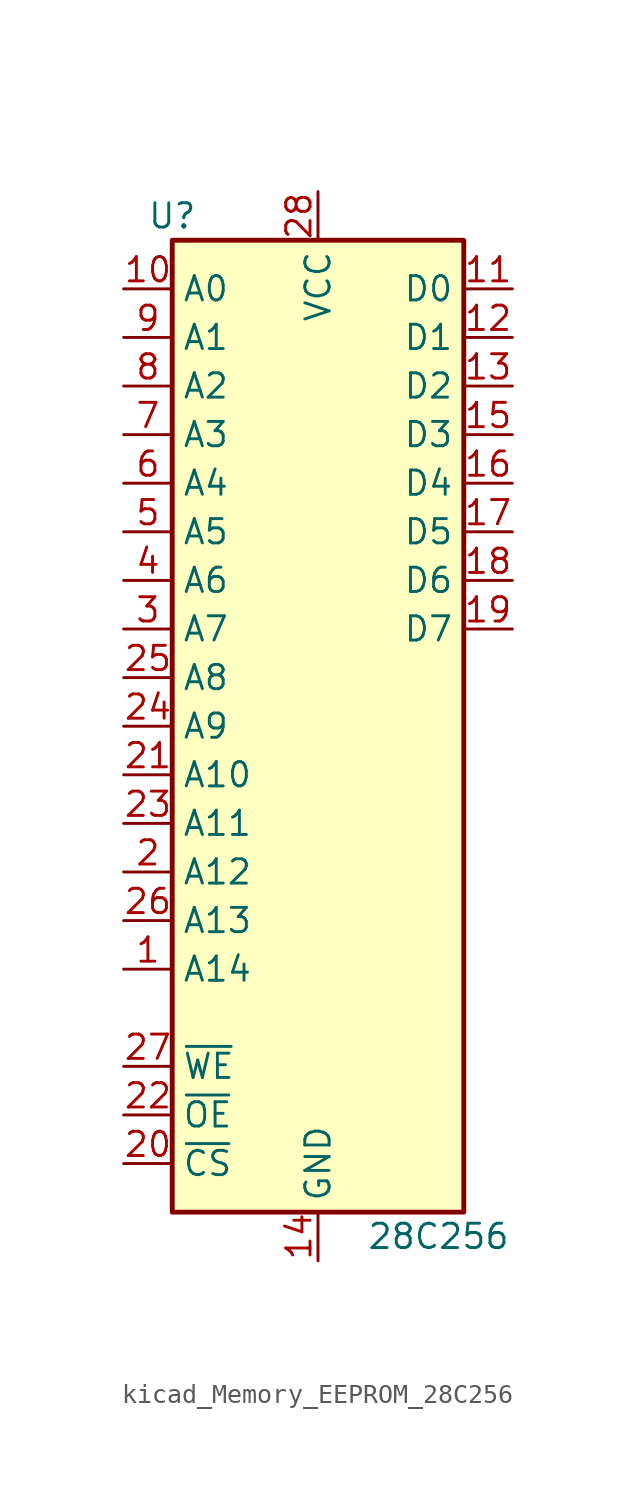
<source format=kicad_sym>
(kicad_symbol_lib
  (version 20220914)
  (generator kicad_symbol_editor)
  (symbol "kicad_Memory_EEPROM_28C256"
    (property "Reference" "U"
      (at -7.62 26.67 0)
      (effects (font (size 1.27 1.27))))
    (property "Value" "28C256"
      (at 2.54 -26.67 0)
      (effects (font (size 1.27 1.27)) (justify left)))
    (symbol "kicad_Memory_EEPROM_28C256_1_1"
      (rectangle (start -7.62 25.4) (end 7.62 -25.4) (stroke (width 0.254) (type default)) (fill (type background)))
      (pin input line (at -10.16 -12.7 0) (length 2.54) (name "A14" (effects (font (size 1.27 1.27)))) (number "1" (effects (font (size 1.27 1.27)))))
      (pin input line (at -10.16 22.86 0) (length 2.54) (name "A0" (effects (font (size 1.27 1.27)))) (number "10" (effects (font (size 1.27 1.27)))))
      (pin tri_state line (at 10.16 22.86 180) (length 2.54) (name "D0" (effects (font (size 1.27 1.27)))) (number "11" (effects (font (size 1.27 1.27)))))
      (pin tri_state line (at 10.16 20.32 180) (length 2.54) (name "D1" (effects (font (size 1.27 1.27)))) (number "12" (effects (font (size 1.27 1.27)))))
      (pin tri_state line (at 10.16 17.78 180) (length 2.54) (name "D2" (effects (font (size 1.27 1.27)))) (number "13" (effects (font (size 1.27 1.27)))))
      (pin power_in line (at 0 -27.94 90) (length 2.54) (name "GND" (effects (font (size 1.27 1.27)))) (number "14" (effects (font (size 1.27 1.27)))))
      (pin tri_state line (at 10.16 15.24 180) (length 2.54) (name "D3" (effects (font (size 1.27 1.27)))) (number "15" (effects (font (size 1.27 1.27)))))
      (pin tri_state line (at 10.16 12.7 180) (length 2.54) (name "D4" (effects (font (size 1.27 1.27)))) (number "16" (effects (font (size 1.27 1.27)))))
      (pin tri_state line (at 10.16 10.16 180) (length 2.54) (name "D5" (effects (font (size 1.27 1.27)))) (number "17" (effects (font (size 1.27 1.27)))))
      (pin tri_state line (at 10.16 7.62 180) (length 2.54) (name "D6" (effects (font (size 1.27 1.27)))) (number "18" (effects (font (size 1.27 1.27)))))
      (pin tri_state line (at 10.16 5.08 180) (length 2.54) (name "D7" (effects (font (size 1.27 1.27)))) (number "19" (effects (font (size 1.27 1.27)))))
      (pin input line (at -10.16 -7.62 0) (length 2.54) (name "A12" (effects (font (size 1.27 1.27)))) (number "2" (effects (font (size 1.27 1.27)))))
      (pin input line (at -10.16 -22.86 0) (length 2.54) (name "~{CS}" (effects (font (size 1.27 1.27)))) (number "20" (effects (font (size 1.27 1.27)))))
      (pin input line (at -10.16 -2.54 0) (length 2.54) (name "A10" (effects (font (size 1.27 1.27)))) (number "21" (effects (font (size 1.27 1.27)))))
      (pin input line (at -10.16 -20.32 0) (length 2.54) (name "~{OE}" (effects (font (size 1.27 1.27)))) (number "22" (effects (font (size 1.27 1.27)))))
      (pin input line (at -10.16 -5.08 0) (length 2.54) (name "A11" (effects (font (size 1.27 1.27)))) (number "23" (effects (font (size 1.27 1.27)))))
      (pin input line (at -10.16 0 0) (length 2.54) (name "A9" (effects (font (size 1.27 1.27)))) (number "24" (effects (font (size 1.27 1.27)))))
      (pin input line (at -10.16 2.54 0) (length 2.54) (name "A8" (effects (font (size 1.27 1.27)))) (number "25" (effects (font (size 1.27 1.27)))))
      (pin input line (at -10.16 -10.16 0) (length 2.54) (name "A13" (effects (font (size 1.27 1.27)))) (number "26" (effects (font (size 1.27 1.27)))))
      (pin input line (at -10.16 -17.78 0) (length 2.54) (name "~{WE}" (effects (font (size 1.27 1.27)))) (number "27" (effects (font (size 1.27 1.27)))))
      (pin power_in line (at 0 27.94 270) (length 2.54) (name "VCC" (effects (font (size 1.27 1.27)))) (number "28" (effects (font (size 1.27 1.27)))))
      (pin input line (at -10.16 5.08 0) (length 2.54) (name "A7" (effects (font (size 1.27 1.27)))) (number "3" (effects (font (size 1.27 1.27)))))
      (pin input line (at -10.16 7.62 0) (length 2.54) (name "A6" (effects (font (size 1.27 1.27)))) (number "4" (effects (font (size 1.27 1.27)))))
      (pin input line (at -10.16 10.16 0) (length 2.54) (name "A5" (effects (font (size 1.27 1.27)))) (number "5" (effects (font (size 1.27 1.27)))))
      (pin input line (at -10.16 12.7 0) (length 2.54) (name "A4" (effects (font (size 1.27 1.27)))) (number "6" (effects (font (size 1.27 1.27)))))
      (pin input line (at -10.16 15.24 0) (length 2.54) (name "A3" (effects (font (size 1.27 1.27)))) (number "7" (effects (font (size 1.27 1.27)))))
      (pin input line (at -10.16 17.78 0) (length 2.54) (name "A2" (effects (font (size 1.27 1.27)))) (number "8" (effects (font (size 1.27 1.27)))))
      (pin input line (at -10.16 20.32 0) (length 2.54) (name "A1" (effects (font (size 1.27 1.27)))) (number "9" (effects (font (size 1.27 1.27))))))))
</source>
